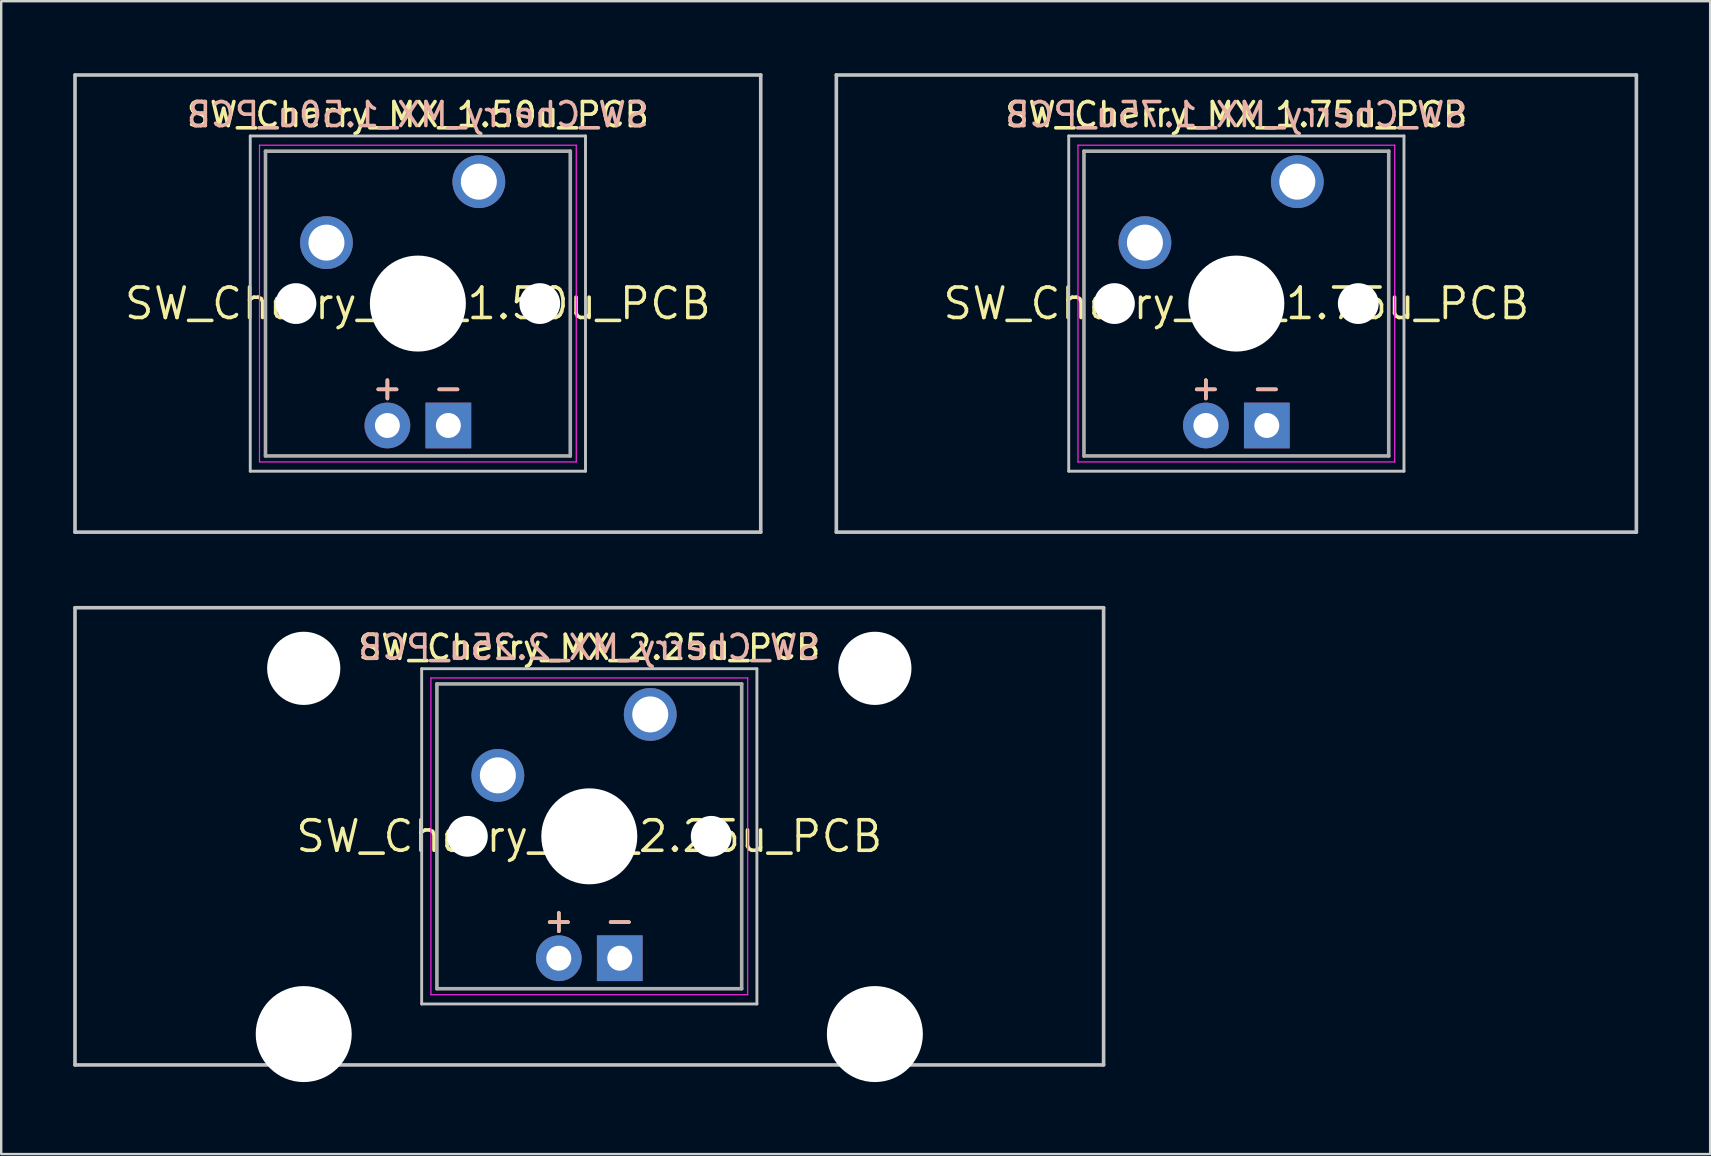
<source format=kicad_pcb>
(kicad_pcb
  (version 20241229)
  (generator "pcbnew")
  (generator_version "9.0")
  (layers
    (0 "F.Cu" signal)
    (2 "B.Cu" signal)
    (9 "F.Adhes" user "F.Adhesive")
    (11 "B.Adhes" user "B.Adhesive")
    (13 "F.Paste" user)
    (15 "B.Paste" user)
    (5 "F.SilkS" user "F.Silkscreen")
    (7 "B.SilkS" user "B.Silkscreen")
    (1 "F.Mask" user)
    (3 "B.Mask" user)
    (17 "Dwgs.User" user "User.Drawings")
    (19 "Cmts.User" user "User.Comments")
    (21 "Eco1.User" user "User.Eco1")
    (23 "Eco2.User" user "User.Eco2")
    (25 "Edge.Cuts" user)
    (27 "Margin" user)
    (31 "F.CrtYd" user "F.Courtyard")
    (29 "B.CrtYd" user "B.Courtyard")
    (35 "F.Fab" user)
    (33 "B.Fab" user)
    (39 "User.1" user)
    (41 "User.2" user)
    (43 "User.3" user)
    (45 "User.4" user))
  (footprint "SW_Cherry_MX_2.25u_PCB"
    (layer "F.Cu")
    (at 21.506 31.8)
    (property "Reference" "SW_Cherry_MX_2.25u_PCB" (at 0 0 0) (layer "F.SilkS") (effects (font (size 1.27 1.27) (thickness 0.15))))
    (attr through_hole)
    (fp_line (start -21.431 -9.525) (end 21.431 -9.525) (stroke (width 0.15) (type solid)) (layer "Dwgs.User"))
    (fp_line (start -21.431 9.525) (end -21.431 -9.525) (stroke (width 0.15) (type solid)) (layer "Dwgs.User"))
    (fp_line (start -6.985 -6.985) (end 6.985 -6.985) (stroke (width 0.12) (type solid)) (layer "Dwgs.User"))
    (fp_line (start -6.985 6.985) (end -6.985 -6.985) (stroke (width 0.12) (type solid)) (layer "Dwgs.User"))
    (fp_line (start 6.985 -6.985) (end 6.985 6.985) (stroke (width 0.12) (type solid)) (layer "Dwgs.User"))
    (fp_line (start 6.985 6.985) (end -6.985 6.985) (stroke (width 0.12) (type solid)) (layer "Dwgs.User"))
    (fp_line (start 21.431 -9.525) (end 21.431 9.525) (stroke (width 0.15) (type solid)) (layer "Dwgs.User"))
    (fp_line (start 21.431 9.525) (end -21.431 9.525) (stroke (width 0.15) (type solid)) (layer "Dwgs.User"))
    (fp_line (start -16.129 -2.286) (end -15.265 -2.286) (stroke (width 0.05) (type solid)) (layer "Eco1.User"))
    (fp_line (start -16.129 0.508) (end -16.129 -2.286) (stroke (width 0.05) (type solid)) (layer "Eco1.User"))
    (fp_line (start -15.265 -5.69) (end -8.611 -5.69) (stroke (width 0.05) (type solid)) (layer "Eco1.User"))
    (fp_line (start -15.265 -2.286) (end -15.265 -5.69) (stroke (width 0.05) (type solid)) (layer "Eco1.User"))
    (fp_line (start -15.265 0.508) (end -16.129 0.508) (stroke (width 0.05) (type solid)) (layer "Eco1.User"))
    (fp_line (start -15.265 6.604) (end -15.265 0.508) (stroke (width 0.05) (type solid)) (layer "Eco1.User"))
    (fp_line (start -14.224 6.604) (end -15.265 6.604) (stroke (width 0.05) (type solid)) (layer "Eco1.User"))
    (fp_line (start -14.224 7.772) (end -14.224 6.604) (stroke (width 0.05) (type solid)) (layer "Eco1.User"))
    (fp_line (start -9.652 6.604) (end -9.652 7.772) (stroke (width 0.05) (type solid)) (layer "Eco1.User"))
    (fp_line (start -9.652 7.772) (end -14.224 7.772) (stroke (width 0.05) (type solid)) (layer "Eco1.User"))
    (fp_line (start -8.611 -5.69) (end -8.611 -4.877) (stroke (width 0.05) (type solid)) (layer "Eco1.User"))
    (fp_line (start -8.611 -4.877) (end -6.985 -4.877) (stroke (width 0.05) (type solid)) (layer "Eco1.User"))
    (fp_line (start -8.611 5.817) (end -8.611 6.604) (stroke (width 0.05) (type solid)) (layer "Eco1.User"))
    (fp_line (start -8.611 6.604) (end -9.652 6.604) (stroke (width 0.05) (type solid)) (layer "Eco1.User"))
    (fp_line (start -6.985 -6.985) (end 6.985 -6.985) (stroke (width 0.05) (type solid)) (layer "Eco1.User"))
    (fp_line (start -6.985 -4.877) (end -6.985 -6.985) (stroke (width 0.05) (type solid)) (layer "Eco1.User"))
    (fp_line (start -6.985 5.817) (end -8.611 5.817) (stroke (width 0.05) (type solid)) (layer "Eco1.User"))
    (fp_line (start -6.985 6.985) (end -6.985 5.817) (stroke (width 0.05) (type solid)) (layer "Eco1.User"))
    (fp_line (start 6.985 -6.985) (end 6.985 -4.877) (stroke (width 0.05) (type solid)) (layer "Eco1.User"))
    (fp_line (start 6.985 -4.877) (end 8.611 -4.877) (stroke (width 0.05) (type solid)) (layer "Eco1.User"))
    (fp_line (start 6.985 5.817) (end 6.985 6.985) (stroke (width 0.05) (type solid)) (layer "Eco1.User"))
    (fp_line (start 6.985 6.985) (end -6.985 6.985) (stroke (width 0.05) (type solid)) (layer "Eco1.User"))
    (fp_line (start 8.611 -5.69) (end 15.265 -5.69) (stroke (width 0.05) (type solid)) (layer "Eco1.User"))
    (fp_line (start 8.611 -4.877) (end 8.611 -5.69) (stroke (width 0.05) (type solid)) (layer "Eco1.User"))
    (fp_line (start 8.611 5.817) (end 6.985 5.817) (stroke (width 0.05) (type solid)) (layer "Eco1.User"))
    (fp_line (start 8.611 6.604) (end 8.611 5.817) (stroke (width 0.05) (type solid)) (layer "Eco1.User"))
    (fp_line (start 9.652 6.604) (end 8.611 6.604) (stroke (width 0.05) (type solid)) (layer "Eco1.User"))
    (fp_line (start 9.652 7.772) (end 9.652 6.604) (stroke (width 0.05) (type solid)) (layer "Eco1.User"))
    (fp_line (start 14.224 6.604) (end 14.224 7.772) (stroke (width 0.05) (type solid)) (layer "Eco1.User"))
    (fp_line (start 14.224 7.772) (end 9.652 7.772) (stroke (width 0.05) (type solid)) (layer "Eco1.User"))
    (fp_line (start 15.265 -5.69) (end 15.265 -2.286) (stroke (width 0.05) (type solid)) (layer "Eco1.User"))
    (fp_line (start 15.265 -2.286) (end 16.129 -2.286) (stroke (width 0.05) (type solid)) (layer "Eco1.User"))
    (fp_line (start 15.265 0.508) (end 15.265 6.604) (stroke (width 0.05) (type solid)) (layer "Eco1.User"))
    (fp_line (start 15.265 6.604) (end 14.224 6.604) (stroke (width 0.05) (type solid)) (layer "Eco1.User"))
    (fp_line (start 16.129 -2.286) (end 16.129 0.508) (stroke (width 0.05) (type solid)) (layer "Eco1.User"))
    (fp_line (start 16.129 0.508) (end 15.265 0.508) (stroke (width 0.05) (type solid)) (layer "Eco1.User"))
    (fp_line (start -6.6 -6.6) (end 6.6 -6.6) (stroke (width 0.05) (type solid)) (layer "F.CrtYd"))
    (fp_line (start -6.6 6.6) (end -6.6 -6.6) (stroke (width 0.05) (type solid)) (layer "F.CrtYd"))
    (fp_line (start 6.6 -6.6) (end 6.6 6.6) (stroke (width 0.05) (type solid)) (layer "F.CrtYd"))
    (fp_line (start 6.6 6.6) (end -6.6 6.6) (stroke (width 0.05) (type solid)) (layer "F.CrtYd"))
    (fp_line (start -6.35 -6.35) (end 6.35 -6.35) (stroke (width 0.15) (type solid)) (layer "F.Fab"))
    (fp_line (start -6.35 6.35) (end -6.35 -6.35) (stroke (width 0.15) (type solid)) (layer "F.Fab"))
    (fp_line (start 6.35 -6.35) (end 6.35 6.35) (stroke (width 0.15) (type solid)) (layer "F.Fab"))
    (fp_line (start 6.35 6.35) (end -6.35 6.35) (stroke (width 0.15) (type solid)) (layer "F.Fab"))
    (fp_text user "+" (at -1.27 3.5 0) (layer "F.SilkS") (effects (font (size 1 1) (thickness 0.15))))
    (fp_text user "-" (at 1.27 3.5 0) (layer "F.SilkS") (effects (font (size 1 1) (thickness 0.15))))
    (fp_text user "${REFERENCE}" (at 0 -7.874 0) (layer "F.SilkS") (effects (font (size 1 1) (thickness 0.15))))
    (fp_text user "+" (at -1.27 3.5 0) (layer "B.SilkS") (effects (font (size 1 1) (thickness 0.15))))
    (fp_text user "${REFERENCE}" (at 0 -7.874 0) (layer "B.SilkS") (effects (font (size 1 1) (thickness 0.15)) (justify mirror)))
    (fp_text user "-" (at 1.27 3.5 0) (layer "B.SilkS") (effects (font (size 1 1) (thickness 0.15))))
    (pad "" np_thru_hole circle (at -11.9 -7) (size 3.05 3.05) (drill 3.05) (layers "*.Cu" "*.Mask"))
    (pad "" np_thru_hole circle (at -11.9 8.24) (size 4 4) (drill 4) (layers "*.Cu" "*.Mask"))
    (pad "" np_thru_hole circle (at -5.08 0) (size 1.7 1.7) (drill 1.7) (layers "*.Cu" "*.Mask"))
    (pad "" np_thru_hole circle (at 0 0) (size 4 4) (drill 4) (layers "*.Cu" "*.Mask"))
    (pad "" np_thru_hole circle (at 5.08 0) (size 1.7 1.7) (drill 1.7) (layers "*.Cu" "*.Mask"))
    (pad "" np_thru_hole circle (at 11.9 -7) (size 3.05 3.05) (drill 3.05) (layers "*.Cu" "*.Mask"))
    (pad "" np_thru_hole circle (at 11.9 8.24) (size 4 4) (drill 4) (layers "*.Cu" "*.Mask"))
    (pad "1" thru_hole circle (at 2.54 -5.08) (size 2.2 2.2) (drill 1.5) (layers "*.Cu" "*.Mask"))
    (pad "2" thru_hole circle (at -3.81 -2.54) (size 2.2 2.2) (drill 1.5) (layers "*.Cu" "*.Mask"))
    (pad "3" thru_hole circle (at -1.27 5.08) (size 1.905 1.905) (drill 1.04) (layers "*.Cu" "*.Mask"))
    (pad "4" thru_hole rect (at 1.27 5.08) (size 1.905 1.905) (drill 1.04) (layers "*.Cu" "*.Mask")))
  (footprint "SW_Cherry_MX_1.75u_PCB"
    (layer "F.Cu")
    (at 48.469 9.6)
    (property "Reference" "SW_Cherry_MX_1.75u_PCB" (at 0 0 0) (layer "F.SilkS") (effects (font (size 1.27 1.27) (thickness 0.15))))
    (attr through_hole)
    (fp_line (start -16.669 -9.525) (end 16.669 -9.525) (stroke (width 0.15) (type solid)) (layer "Dwgs.User"))
    (fp_line (start -16.669 9.525) (end -16.669 -9.525) (stroke (width 0.15) (type solid)) (layer "Dwgs.User"))
    (fp_line (start -6.985 -6.985) (end 6.985 -6.985) (stroke (width 0.12) (type solid)) (layer "Dwgs.User"))
    (fp_line (start -6.985 6.985) (end -6.985 -6.985) (stroke (width 0.12) (type solid)) (layer "Dwgs.User"))
    (fp_line (start 6.985 -6.985) (end 6.985 6.985) (stroke (width 0.12) (type solid)) (layer "Dwgs.User"))
    (fp_line (start 6.985 6.985) (end -6.985 6.985) (stroke (width 0.12) (type solid)) (layer "Dwgs.User"))
    (fp_line (start 16.669 -9.525) (end 16.669 9.525) (stroke (width 0.15) (type solid)) (layer "Dwgs.User"))
    (fp_line (start 16.669 9.525) (end -16.669 9.525) (stroke (width 0.15) (type solid)) (layer "Dwgs.User"))
    (fp_line (start -6.985 -6.985) (end 6.985 -6.985) (stroke (width 0.05) (type solid)) (layer "Eco1.User"))
    (fp_line (start -6.985 6.985) (end -6.985 -6.985) (stroke (width 0.05) (type solid)) (layer "Eco1.User"))
    (fp_line (start 6.985 -6.985) (end 6.985 6.985) (stroke (width 0.05) (type solid)) (layer "Eco1.User"))
    (fp_line (start 6.985 6.985) (end -6.985 6.985) (stroke (width 0.05) (type solid)) (layer "Eco1.User"))
    (fp_line (start -6.6 -6.6) (end 6.6 -6.6) (stroke (width 0.05) (type solid)) (layer "F.CrtYd"))
    (fp_line (start -6.6 6.6) (end -6.6 -6.6) (stroke (width 0.05) (type solid)) (layer "F.CrtYd"))
    (fp_line (start 6.6 -6.6) (end 6.6 6.6) (stroke (width 0.05) (type solid)) (layer "F.CrtYd"))
    (fp_line (start 6.6 6.6) (end -6.6 6.6) (stroke (width 0.05) (type solid)) (layer "F.CrtYd"))
    (fp_line (start -6.35 -6.35) (end 6.35 -6.35) (stroke (width 0.15) (type solid)) (layer "F.Fab"))
    (fp_line (start -6.35 6.35) (end -6.35 -6.35) (stroke (width 0.15) (type solid)) (layer "F.Fab"))
    (fp_line (start 6.35 -6.35) (end 6.35 6.35) (stroke (width 0.15) (type solid)) (layer "F.Fab"))
    (fp_line (start 6.35 6.35) (end -6.35 6.35) (stroke (width 0.15) (type solid)) (layer "F.Fab"))
    (fp_text user "${REFERENCE}" (at 0 -7.874 0) (layer "F.SilkS") (effects (font (size 1 1) (thickness 0.15))))
    (fp_text user "+" (at -1.27 3.5 0) (layer "F.SilkS") (effects (font (size 1 1) (thickness 0.15))))
    (fp_text user "-" (at 1.27 3.5 0) (layer "F.SilkS") (effects (font (size 1 1) (thickness 0.15))))
    (fp_text user "${REFERENCE}" (at 0 -7.874 0) (layer "B.SilkS") (effects (font (size 1 1) (thickness 0.15)) (justify mirror)))
    (fp_text user "+" (at -1.27 3.5 0) (layer "B.SilkS") (effects (font (size 1 1) (thickness 0.15))))
    (fp_text user "-" (at 1.27 3.5 0) (layer "B.SilkS") (effects (font (size 1 1) (thickness 0.15))))
    (pad "" np_thru_hole circle (at -5.08 0) (size 1.7 1.7) (drill 1.7) (layers "*.Cu" "*.Mask"))
    (pad "" np_thru_hole circle (at 0 0) (size 4 4) (drill 4) (layers "*.Cu" "*.Mask"))
    (pad "" np_thru_hole circle (at 5.08 0) (size 1.7 1.7) (drill 1.7) (layers "*.Cu" "*.Mask"))
    (pad "1" thru_hole circle (at 2.54 -5.08) (size 2.2 2.2) (drill 1.5) (layers "*.Cu" "*.Mask"))
    (pad "2" thru_hole circle (at -3.81 -2.54) (size 2.2 2.2) (drill 1.5) (layers "*.Cu" "*.Mask"))
    (pad "3" thru_hole circle (at -1.27 5.08) (size 1.905 1.905) (drill 1.04) (layers "*.Cu" "*.Mask"))
    (pad "4" thru_hole rect (at 1.27 5.08) (size 1.905 1.905) (drill 1.04) (layers "*.Cu" "*.Mask")))
  (footprint "SW_Cherry_MX_1.50u_PCB"
    (layer "F.Cu")
    (at 14.363 9.6)
    (property "Reference" "SW_Cherry_MX_1.50u_PCB" (at 0 0 0) (layer "F.SilkS") (effects (font (size 1.27 1.27) (thickness 0.15))))
    (attr through_hole)
    (fp_line (start -14.287 -9.525) (end 14.287 -9.525) (stroke (width 0.15) (type solid)) (layer "Dwgs.User"))
    (fp_line (start -14.287 9.525) (end -14.287 -9.525) (stroke (width 0.15) (type solid)) (layer "Dwgs.User"))
    (fp_line (start -6.985 -6.985) (end 6.985 -6.985) (stroke (width 0.12) (type solid)) (layer "Dwgs.User"))
    (fp_line (start -6.985 6.985) (end -6.985 -6.985) (stroke (width 0.12) (type solid)) (layer "Dwgs.User"))
    (fp_line (start 6.985 -6.985) (end 6.985 6.985) (stroke (width 0.12) (type solid)) (layer "Dwgs.User"))
    (fp_line (start 6.985 6.985) (end -6.985 6.985) (stroke (width 0.12) (type solid)) (layer "Dwgs.User"))
    (fp_line (start 14.287 -9.525) (end 14.287 9.525) (stroke (width 0.15) (type solid)) (layer "Dwgs.User"))
    (fp_line (start 14.287 9.525) (end -14.287 9.525) (stroke (width 0.15) (type solid)) (layer "Dwgs.User"))
    (fp_line (start -6.985 -6.985) (end 6.985 -6.985) (stroke (width 0.05) (type solid)) (layer "Eco1.User"))
    (fp_line (start -6.985 6.985) (end -6.985 -6.985) (stroke (width 0.05) (type solid)) (layer "Eco1.User"))
    (fp_line (start 6.985 -6.985) (end 6.985 6.985) (stroke (width 0.05) (type solid)) (layer "Eco1.User"))
    (fp_line (start 6.985 6.985) (end -6.985 6.985) (stroke (width 0.05) (type solid)) (layer "Eco1.User"))
    (fp_line (start -6.6 -6.6) (end 6.6 -6.6) (stroke (width 0.05) (type solid)) (layer "F.CrtYd"))
    (fp_line (start -6.6 6.6) (end -6.6 -6.6) (stroke (width 0.05) (type solid)) (layer "F.CrtYd"))
    (fp_line (start 6.6 -6.6) (end 6.6 6.6) (stroke (width 0.05) (type solid)) (layer "F.CrtYd"))
    (fp_line (start 6.6 6.6) (end -6.6 6.6) (stroke (width 0.05) (type solid)) (layer "F.CrtYd"))
    (fp_line (start -6.35 -6.35) (end 6.35 -6.35) (stroke (width 0.15) (type solid)) (layer "F.Fab"))
    (fp_line (start -6.35 6.35) (end -6.35 -6.35) (stroke (width 0.15) (type solid)) (layer "F.Fab"))
    (fp_line (start 6.35 -6.35) (end 6.35 6.35) (stroke (width 0.15) (type solid)) (layer "F.Fab"))
    (fp_line (start 6.35 6.35) (end -6.35 6.35) (stroke (width 0.15) (type solid)) (layer "F.Fab"))
    (fp_text user "${REFERENCE}" (at 0 -7.874 0) (layer "F.SilkS") (effects (font (size 1 1) (thickness 0.15))))
    (fp_text user "-" (at 1.27 3.5 0) (layer "F.SilkS") (effects (font (size 1 1) (thickness 0.15))))
    (fp_text user "+" (at -1.27 3.5 0) (layer "F.SilkS") (effects (font (size 1 1) (thickness 0.15))))
    (fp_text user "-" (at 1.27 3.5 0) (layer "B.SilkS") (effects (font (size 1 1) (thickness 0.15))))
    (fp_text user "${REFERENCE}" (at 0 -7.874 0) (layer "B.SilkS") (effects (font (size 1 1) (thickness 0.15)) (justify mirror)))
    (fp_text user "+" (at -1.27 3.5 0) (layer "B.SilkS") (effects (font (size 1 1) (thickness 0.15))))
    (pad "" np_thru_hole circle (at -5.08 0) (size 1.7 1.7) (drill 1.7) (layers "*.Cu" "*.Mask"))
    (pad "" np_thru_hole circle (at 0 0) (size 4 4) (drill 4) (layers "*.Cu" "*.Mask"))
    (pad "" np_thru_hole circle (at 5.08 0) (size 1.7 1.7) (drill 1.7) (layers "*.Cu" "*.Mask"))
    (pad "1" thru_hole circle (at 2.54 -5.08) (size 2.2 2.2) (drill 1.5) (layers "*.Cu" "*.Mask"))
    (pad "2" thru_hole circle (at -3.81 -2.54) (size 2.2 2.2) (drill 1.5) (layers "*.Cu" "*.Mask"))
    (pad "3" thru_hole circle (at -1.27 5.08) (size 1.905 1.905) (drill 1.04) (layers "*.Cu" "*.Mask"))
    (pad "4" thru_hole rect (at 1.27 5.08) (size 1.905 1.905) (drill 1.04) (layers "*.Cu" "*.Mask")))
  (gr_rect
    (start -3 -3)
    (end 68.213 45.04)
    (stroke (width 0.1) (type default))
    (fill no)
    (layer "Edge.Cuts")))
</source>
